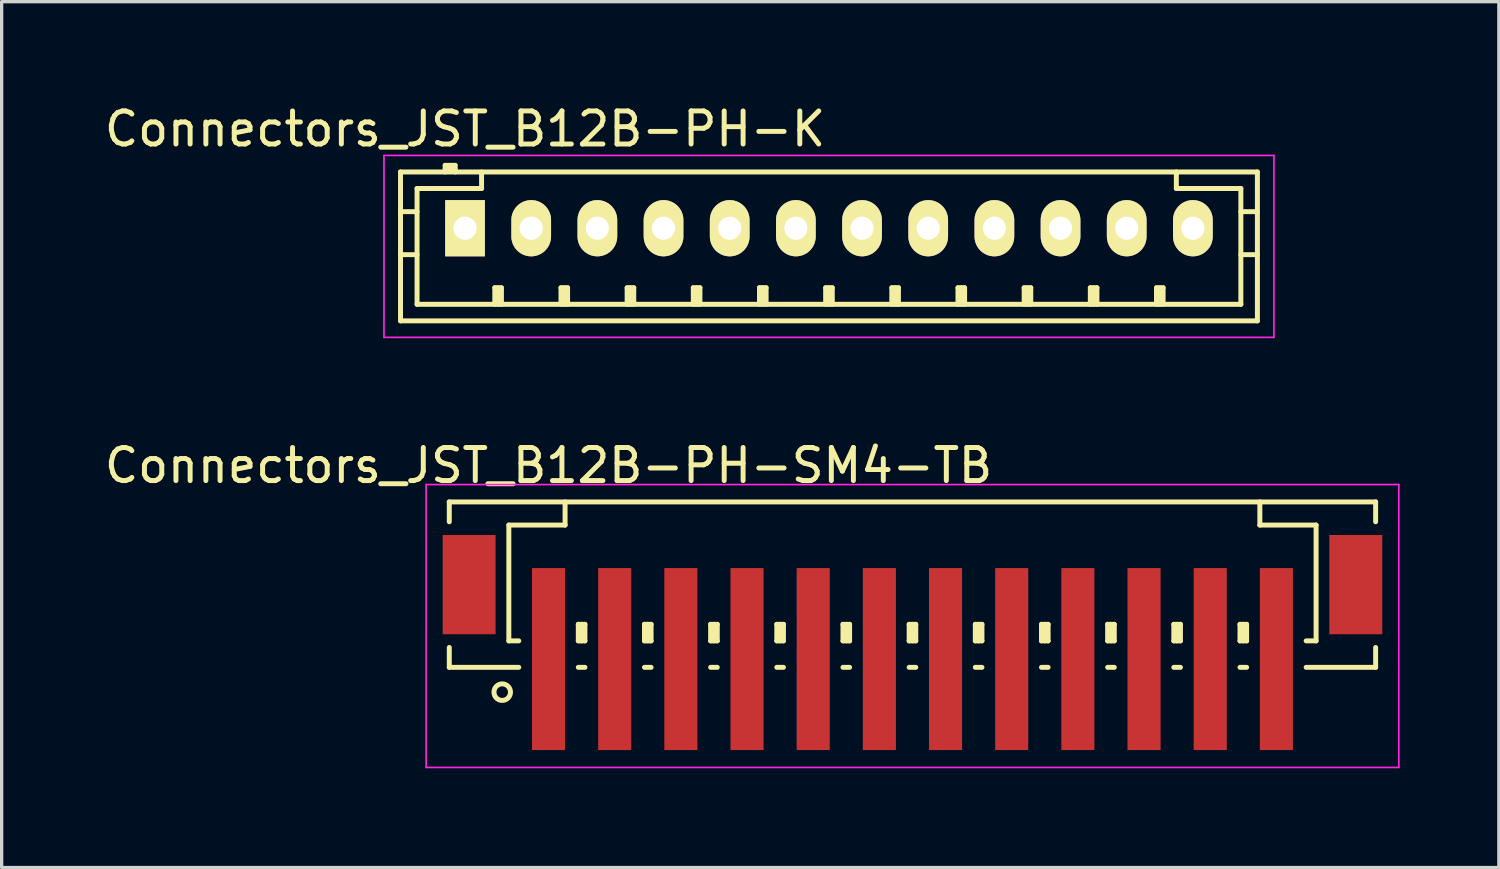
<source format=kicad_pcb>
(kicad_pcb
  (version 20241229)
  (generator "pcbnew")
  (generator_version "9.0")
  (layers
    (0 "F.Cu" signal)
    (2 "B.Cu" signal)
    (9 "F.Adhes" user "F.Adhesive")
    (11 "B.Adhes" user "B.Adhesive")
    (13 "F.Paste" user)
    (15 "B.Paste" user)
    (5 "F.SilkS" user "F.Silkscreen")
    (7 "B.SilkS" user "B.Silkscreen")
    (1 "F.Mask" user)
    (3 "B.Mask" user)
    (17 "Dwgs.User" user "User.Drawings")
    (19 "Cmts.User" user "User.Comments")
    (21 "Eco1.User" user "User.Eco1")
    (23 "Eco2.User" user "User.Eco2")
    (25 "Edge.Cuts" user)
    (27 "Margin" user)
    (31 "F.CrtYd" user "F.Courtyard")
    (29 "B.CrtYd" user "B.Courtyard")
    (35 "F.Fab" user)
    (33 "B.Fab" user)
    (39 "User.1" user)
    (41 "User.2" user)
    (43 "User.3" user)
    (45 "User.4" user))
  (footprint "Connectors_JST_B12B-PH-K"
    (layer "F.Cu")
    (at 11.006 3.848)
    (property "Reference" "Connectors_JST_B12B-PH-K" (at 0 -3 0) (layer "F.SilkS") (effects (font (size 1 1) (thickness 0.15))))
    (attr through_hole)
    (fp_line (start -1.95 -1.7) (end 23.95 -1.7) (stroke (width 0.15) (type solid)) (layer "F.SilkS"))
    (fp_line (start -1.95 -0.5) (end -1.45 -0.5) (stroke (width 0.15) (type solid)) (layer "F.SilkS"))
    (fp_line (start -1.95 0.8) (end -1.45 0.8) (stroke (width 0.15) (type solid)) (layer "F.SilkS"))
    (fp_line (start -1.95 2.8) (end -1.95 -1.7) (stroke (width 0.15) (type solid)) (layer "F.SilkS"))
    (fp_line (start -1.45 -1.2) (end -1.45 2.3) (stroke (width 0.15) (type solid)) (layer "F.SilkS"))
    (fp_line (start -1.45 2.3) (end 23.45 2.3) (stroke (width 0.15) (type solid)) (layer "F.SilkS"))
    (fp_line (start -0.6 -1.9) (end -0.6 -1.7) (stroke (width 0.15) (type solid)) (layer "F.SilkS"))
    (fp_line (start -0.3 -1.9) (end -0.6 -1.9) (stroke (width 0.15) (type solid)) (layer "F.SilkS"))
    (fp_line (start -0.3 -1.8) (end -0.6 -1.8) (stroke (width 0.15) (type solid)) (layer "F.SilkS"))
    (fp_line (start -0.3 -1.7) (end -0.3 -1.9) (stroke (width 0.15) (type solid)) (layer "F.SilkS"))
    (fp_line (start 0.5 -1.7) (end 0.5 -1.2) (stroke (width 0.15) (type solid)) (layer "F.SilkS"))
    (fp_line (start 0.5 -1.2) (end -1.45 -1.2) (stroke (width 0.15) (type solid)) (layer "F.SilkS"))
    (fp_line (start 0.9 1.8) (end 1.1 1.8) (stroke (width 0.15) (type solid)) (layer "F.SilkS"))
    (fp_line (start 0.9 2.3) (end 0.9 1.8) (stroke (width 0.15) (type solid)) (layer "F.SilkS"))
    (fp_line (start 1 2.3) (end 1 1.8) (stroke (width 0.15) (type solid)) (layer "F.SilkS"))
    (fp_line (start 1.1 1.8) (end 1.1 2.3) (stroke (width 0.15) (type solid)) (layer "F.SilkS"))
    (fp_line (start 2.9 1.8) (end 3.1 1.8) (stroke (width 0.15) (type solid)) (layer "F.SilkS"))
    (fp_line (start 2.9 2.3) (end 2.9 1.8) (stroke (width 0.15) (type solid)) (layer "F.SilkS"))
    (fp_line (start 3 2.3) (end 3 1.8) (stroke (width 0.15) (type solid)) (layer "F.SilkS"))
    (fp_line (start 3.1 1.8) (end 3.1 2.3) (stroke (width 0.15) (type solid)) (layer "F.SilkS"))
    (fp_line (start 4.9 1.8) (end 5.1 1.8) (stroke (width 0.15) (type solid)) (layer "F.SilkS"))
    (fp_line (start 4.9 2.3) (end 4.9 1.8) (stroke (width 0.15) (type solid)) (layer "F.SilkS"))
    (fp_line (start 5 2.3) (end 5 1.8) (stroke (width 0.15) (type solid)) (layer "F.SilkS"))
    (fp_line (start 5.1 1.8) (end 5.1 2.3) (stroke (width 0.15) (type solid)) (layer "F.SilkS"))
    (fp_line (start 6.9 1.8) (end 7.1 1.8) (stroke (width 0.15) (type solid)) (layer "F.SilkS"))
    (fp_line (start 6.9 2.3) (end 6.9 1.8) (stroke (width 0.15) (type solid)) (layer "F.SilkS"))
    (fp_line (start 7 2.3) (end 7 1.8) (stroke (width 0.15) (type solid)) (layer "F.SilkS"))
    (fp_line (start 7.1 1.8) (end 7.1 2.3) (stroke (width 0.15) (type solid)) (layer "F.SilkS"))
    (fp_line (start 8.9 1.8) (end 9.1 1.8) (stroke (width 0.15) (type solid)) (layer "F.SilkS"))
    (fp_line (start 8.9 2.3) (end 8.9 1.8) (stroke (width 0.15) (type solid)) (layer "F.SilkS"))
    (fp_line (start 9 2.3) (end 9 1.8) (stroke (width 0.15) (type solid)) (layer "F.SilkS"))
    (fp_line (start 9.1 1.8) (end 9.1 2.3) (stroke (width 0.15) (type solid)) (layer "F.SilkS"))
    (fp_line (start 10.9 1.8) (end 11.1 1.8) (stroke (width 0.15) (type solid)) (layer "F.SilkS"))
    (fp_line (start 10.9 2.3) (end 10.9 1.8) (stroke (width 0.15) (type solid)) (layer "F.SilkS"))
    (fp_line (start 11 2.3) (end 11 1.8) (stroke (width 0.15) (type solid)) (layer "F.SilkS"))
    (fp_line (start 11.1 1.8) (end 11.1 2.3) (stroke (width 0.15) (type solid)) (layer "F.SilkS"))
    (fp_line (start 12.9 1.8) (end 13.1 1.8) (stroke (width 0.15) (type solid)) (layer "F.SilkS"))
    (fp_line (start 12.9 2.3) (end 12.9 1.8) (stroke (width 0.15) (type solid)) (layer "F.SilkS"))
    (fp_line (start 13 2.3) (end 13 1.8) (stroke (width 0.15) (type solid)) (layer "F.SilkS"))
    (fp_line (start 13.1 1.8) (end 13.1 2.3) (stroke (width 0.15) (type solid)) (layer "F.SilkS"))
    (fp_line (start 14.9 1.8) (end 15.1 1.8) (stroke (width 0.15) (type solid)) (layer "F.SilkS"))
    (fp_line (start 14.9 2.3) (end 14.9 1.8) (stroke (width 0.15) (type solid)) (layer "F.SilkS"))
    (fp_line (start 15 2.3) (end 15 1.8) (stroke (width 0.15) (type solid)) (layer "F.SilkS"))
    (fp_line (start 15.1 1.8) (end 15.1 2.3) (stroke (width 0.15) (type solid)) (layer "F.SilkS"))
    (fp_line (start 16.9 1.8) (end 17.1 1.8) (stroke (width 0.15) (type solid)) (layer "F.SilkS"))
    (fp_line (start 16.9 2.3) (end 16.9 1.8) (stroke (width 0.15) (type solid)) (layer "F.SilkS"))
    (fp_line (start 17 2.3) (end 17 1.8) (stroke (width 0.15) (type solid)) (layer "F.SilkS"))
    (fp_line (start 17.1 1.8) (end 17.1 2.3) (stroke (width 0.15) (type solid)) (layer "F.SilkS"))
    (fp_line (start 18.9 1.8) (end 19.1 1.8) (stroke (width 0.15) (type solid)) (layer "F.SilkS"))
    (fp_line (start 18.9 2.3) (end 18.9 1.8) (stroke (width 0.15) (type solid)) (layer "F.SilkS"))
    (fp_line (start 19 2.3) (end 19 1.8) (stroke (width 0.15) (type solid)) (layer "F.SilkS"))
    (fp_line (start 19.1 1.8) (end 19.1 2.3) (stroke (width 0.15) (type solid)) (layer "F.SilkS"))
    (fp_line (start 20.9 1.8) (end 21.1 1.8) (stroke (width 0.15) (type solid)) (layer "F.SilkS"))
    (fp_line (start 20.9 2.3) (end 20.9 1.8) (stroke (width 0.15) (type solid)) (layer "F.SilkS"))
    (fp_line (start 21 2.3) (end 21 1.8) (stroke (width 0.15) (type solid)) (layer "F.SilkS"))
    (fp_line (start 21.1 1.8) (end 21.1 2.3) (stroke (width 0.15) (type solid)) (layer "F.SilkS"))
    (fp_line (start 21.5 -1.2) (end 21.5 -1.7) (stroke (width 0.15) (type solid)) (layer "F.SilkS"))
    (fp_line (start 23.45 -1.2) (end 21.5 -1.2) (stroke (width 0.15) (type solid)) (layer "F.SilkS"))
    (fp_line (start 23.45 -0.5) (end 23.95 -0.5) (stroke (width 0.15) (type solid)) (layer "F.SilkS"))
    (fp_line (start 23.45 0.8) (end 23.95 0.8) (stroke (width 0.15) (type solid)) (layer "F.SilkS"))
    (fp_line (start 23.45 2.3) (end 23.45 -1.2) (stroke (width 0.15) (type solid)) (layer "F.SilkS"))
    (fp_line (start 23.95 -1.7) (end 23.95 2.8) (stroke (width 0.15) (type solid)) (layer "F.SilkS"))
    (fp_line (start 23.95 2.8) (end -1.95 2.8) (stroke (width 0.15) (type solid)) (layer "F.SilkS"))
    (fp_line (start -2.45 -2.2) (end 24.45 -2.2) (stroke (width 0.05) (type solid)) (layer "F.CrtYd"))
    (fp_line (start -2.45 3.3) (end -2.45 -2.2) (stroke (width 0.05) (type solid)) (layer "F.CrtYd"))
    (fp_line (start 24.45 -2.2) (end 24.45 3.3) (stroke (width 0.05) (type solid)) (layer "F.CrtYd"))
    (fp_line (start 24.45 3.3) (end -2.45 3.3) (stroke (width 0.05) (type solid)) (layer "F.CrtYd"))
    (pad "1" thru_hole rect (at 0 0) (size 1.2 1.7) (drill 0.7) (layers "*.Cu" "*.Mask" "F.SilkS"))
    (pad "2" thru_hole oval (at 2 0) (size 1.2 1.7) (drill 0.7) (layers "*.Cu" "*.Mask" "F.SilkS"))
    (pad "3" thru_hole oval (at 4 0) (size 1.2 1.7) (drill 0.7) (layers "*.Cu" "*.Mask" "F.SilkS"))
    (pad "4" thru_hole oval (at 6 0) (size 1.2 1.7) (drill 0.7) (layers "*.Cu" "*.Mask" "F.SilkS"))
    (pad "5" thru_hole oval (at 8 0) (size 1.2 1.7) (drill 0.7) (layers "*.Cu" "*.Mask" "F.SilkS"))
    (pad "6" thru_hole oval (at 10 0) (size 1.2 1.7) (drill 0.7) (layers "*.Cu" "*.Mask" "F.SilkS"))
    (pad "7" thru_hole oval (at 12 0) (size 1.2 1.7) (drill 0.7) (layers "*.Cu" "*.Mask" "F.SilkS"))
    (pad "8" thru_hole oval (at 14 0) (size 1.2 1.7) (drill 0.7) (layers "*.Cu" "*.Mask" "F.SilkS"))
    (pad "9" thru_hole oval (at 16 0) (size 1.2 1.7) (drill 0.7) (layers "*.Cu" "*.Mask" "F.SilkS"))
    (pad "10" thru_hole oval (at 18 0) (size 1.2 1.7) (drill 0.7) (layers "*.Cu" "*.Mask" "F.SilkS"))
    (pad "11" thru_hole oval (at 20 0) (size 1.2 1.7) (drill 0.7) (layers "*.Cu" "*.Mask" "F.SilkS"))
    (pad "12" thru_hole oval (at 22 0) (size 1.2 1.7) (drill 0.7) (layers "*.Cu" "*.Mask" "F.SilkS")))
  (footprint "Connectors_JST_B12B-PH-SM4-TB"
    (layer "F.Cu")
    (at 24.53 15.746)
    (property "Reference" "Connectors_JST_B12B-PH-SM4-TB" (at -11 -4.725 0) (layer "F.SilkS") (effects (font (size 1 1) (thickness 0.15))))
    (attr smd)
    (fp_line (start -14 -3.625) (end 14 -3.625) (stroke (width 0.15) (type solid)) (layer "F.SilkS"))
    (fp_line (start -14 -3.025) (end -14 -3.625) (stroke (width 0.15) (type solid)) (layer "F.SilkS"))
    (fp_line (start -14 0.775) (end -14 1.375) (stroke (width 0.15) (type solid)) (layer "F.SilkS"))
    (fp_line (start -14 1.375) (end -11.9 1.375) (stroke (width 0.15) (type solid)) (layer "F.SilkS"))
    (fp_line (start -12.2 -2.925) (end -12.2 0.575) (stroke (width 0.15) (type solid)) (layer "F.SilkS"))
    (fp_line (start -12.2 0.575) (end -11.9 0.575) (stroke (width 0.15) (type solid)) (layer "F.SilkS"))
    (fp_line (start -10.5 -3.625) (end -10.5 -2.925) (stroke (width 0.15) (type solid)) (layer "F.SilkS"))
    (fp_line (start -10.5 -2.925) (end -12.2 -2.925) (stroke (width 0.15) (type solid)) (layer "F.SilkS"))
    (fp_line (start -10.1 0.075) (end -9.9 0.075) (stroke (width 0.15) (type solid)) (layer "F.SilkS"))
    (fp_line (start -10.1 0.575) (end -10.1 0.075) (stroke (width 0.15) (type solid)) (layer "F.SilkS"))
    (fp_line (start -10.1 0.575) (end -9.9 0.575) (stroke (width 0.15) (type solid)) (layer "F.SilkS"))
    (fp_line (start -10.1 1.375) (end -9.9 1.375) (stroke (width 0.15) (type solid)) (layer "F.SilkS"))
    (fp_line (start -10 0.575) (end -10 0.075) (stroke (width 0.15) (type solid)) (layer "F.SilkS"))
    (fp_line (start -9.9 0.075) (end -9.9 0.575) (stroke (width 0.15) (type solid)) (layer "F.SilkS"))
    (fp_line (start -8.1 0.075) (end -7.9 0.075) (stroke (width 0.15) (type solid)) (layer "F.SilkS"))
    (fp_line (start -8.1 0.575) (end -8.1 0.075) (stroke (width 0.15) (type solid)) (layer "F.SilkS"))
    (fp_line (start -8.1 0.575) (end -7.9 0.575) (stroke (width 0.15) (type solid)) (layer "F.SilkS"))
    (fp_line (start -8.1 1.375) (end -7.9 1.375) (stroke (width 0.15) (type solid)) (layer "F.SilkS"))
    (fp_line (start -8 0.575) (end -8 0.075) (stroke (width 0.15) (type solid)) (layer "F.SilkS"))
    (fp_line (start -7.9 0.075) (end -7.9 0.575) (stroke (width 0.15) (type solid)) (layer "F.SilkS"))
    (fp_line (start -6.1 0.075) (end -5.9 0.075) (stroke (width 0.15) (type solid)) (layer "F.SilkS"))
    (fp_line (start -6.1 0.575) (end -6.1 0.075) (stroke (width 0.15) (type solid)) (layer "F.SilkS"))
    (fp_line (start -6.1 0.575) (end -5.9 0.575) (stroke (width 0.15) (type solid)) (layer "F.SilkS"))
    (fp_line (start -6.1 1.375) (end -5.9 1.375) (stroke (width 0.15) (type solid)) (layer "F.SilkS"))
    (fp_line (start -6 0.575) (end -6 0.075) (stroke (width 0.15) (type solid)) (layer "F.SilkS"))
    (fp_line (start -5.9 0.075) (end -5.9 0.575) (stroke (width 0.15) (type solid)) (layer "F.SilkS"))
    (fp_line (start -4.1 0.075) (end -3.9 0.075) (stroke (width 0.15) (type solid)) (layer "F.SilkS"))
    (fp_line (start -4.1 0.575) (end -4.1 0.075) (stroke (width 0.15) (type solid)) (layer "F.SilkS"))
    (fp_line (start -4.1 0.575) (end -3.9 0.575) (stroke (width 0.15) (type solid)) (layer "F.SilkS"))
    (fp_line (start -4.1 1.375) (end -3.9 1.375) (stroke (width 0.15) (type solid)) (layer "F.SilkS"))
    (fp_line (start -4 0.575) (end -4 0.075) (stroke (width 0.15) (type solid)) (layer "F.SilkS"))
    (fp_line (start -3.9 0.075) (end -3.9 0.575) (stroke (width 0.15) (type solid)) (layer "F.SilkS"))
    (fp_line (start -2.1 0.075) (end -1.9 0.075) (stroke (width 0.15) (type solid)) (layer "F.SilkS"))
    (fp_line (start -2.1 0.575) (end -2.1 0.075) (stroke (width 0.15) (type solid)) (layer "F.SilkS"))
    (fp_line (start -2.1 0.575) (end -1.9 0.575) (stroke (width 0.15) (type solid)) (layer "F.SilkS"))
    (fp_line (start -2.1 1.375) (end -1.9 1.375) (stroke (width 0.15) (type solid)) (layer "F.SilkS"))
    (fp_line (start -2 0.575) (end -2 0.075) (stroke (width 0.15) (type solid)) (layer "F.SilkS"))
    (fp_line (start -1.9 0.075) (end -1.9 0.575) (stroke (width 0.15) (type solid)) (layer "F.SilkS"))
    (fp_line (start -0.1 0.075) (end 0.1 0.075) (stroke (width 0.15) (type solid)) (layer "F.SilkS"))
    (fp_line (start -0.1 0.575) (end -0.1 0.075) (stroke (width 0.15) (type solid)) (layer "F.SilkS"))
    (fp_line (start -0.1 0.575) (end 0.1 0.575) (stroke (width 0.15) (type solid)) (layer "F.SilkS"))
    (fp_line (start -0.1 1.375) (end 0.1 1.375) (stroke (width 0.15) (type solid)) (layer "F.SilkS"))
    (fp_line (start 0 0.575) (end 0 0.075) (stroke (width 0.15) (type solid)) (layer "F.SilkS"))
    (fp_line (start 0.1 0.075) (end 0.1 0.575) (stroke (width 0.15) (type solid)) (layer "F.SilkS"))
    (fp_line (start 1.9 0.075) (end 2.1 0.075) (stroke (width 0.15) (type solid)) (layer "F.SilkS"))
    (fp_line (start 1.9 0.575) (end 1.9 0.075) (stroke (width 0.15) (type solid)) (layer "F.SilkS"))
    (fp_line (start 1.9 0.575) (end 2.1 0.575) (stroke (width 0.15) (type solid)) (layer "F.SilkS"))
    (fp_line (start 1.9 1.375) (end 2.1 1.375) (stroke (width 0.15) (type solid)) (layer "F.SilkS"))
    (fp_line (start 2 0.575) (end 2 0.075) (stroke (width 0.15) (type solid)) (layer "F.SilkS"))
    (fp_line (start 2.1 0.075) (end 2.1 0.575) (stroke (width 0.15) (type solid)) (layer "F.SilkS"))
    (fp_line (start 3.9 0.075) (end 4.1 0.075) (stroke (width 0.15) (type solid)) (layer "F.SilkS"))
    (fp_line (start 3.9 0.575) (end 3.9 0.075) (stroke (width 0.15) (type solid)) (layer "F.SilkS"))
    (fp_line (start 3.9 0.575) (end 4.1 0.575) (stroke (width 0.15) (type solid)) (layer "F.SilkS"))
    (fp_line (start 3.9 1.375) (end 4.1 1.375) (stroke (width 0.15) (type solid)) (layer "F.SilkS"))
    (fp_line (start 4 0.575) (end 4 0.075) (stroke (width 0.15) (type solid)) (layer "F.SilkS"))
    (fp_line (start 4.1 0.075) (end 4.1 0.575) (stroke (width 0.15) (type solid)) (layer "F.SilkS"))
    (fp_line (start 5.9 0.075) (end 6.1 0.075) (stroke (width 0.15) (type solid)) (layer "F.SilkS"))
    (fp_line (start 5.9 0.575) (end 5.9 0.075) (stroke (width 0.15) (type solid)) (layer "F.SilkS"))
    (fp_line (start 5.9 0.575) (end 6.1 0.575) (stroke (width 0.15) (type solid)) (layer "F.SilkS"))
    (fp_line (start 5.9 1.375) (end 6.1 1.375) (stroke (width 0.15) (type solid)) (layer "F.SilkS"))
    (fp_line (start 6 0.575) (end 6 0.075) (stroke (width 0.15) (type solid)) (layer "F.SilkS"))
    (fp_line (start 6.1 0.075) (end 6.1 0.575) (stroke (width 0.15) (type solid)) (layer "F.SilkS"))
    (fp_line (start 7.9 0.075) (end 8.1 0.075) (stroke (width 0.15) (type solid)) (layer "F.SilkS"))
    (fp_line (start 7.9 0.575) (end 7.9 0.075) (stroke (width 0.15) (type solid)) (layer "F.SilkS"))
    (fp_line (start 7.9 0.575) (end 8.1 0.575) (stroke (width 0.15) (type solid)) (layer "F.SilkS"))
    (fp_line (start 7.9 1.375) (end 8.1 1.375) (stroke (width 0.15) (type solid)) (layer "F.SilkS"))
    (fp_line (start 8 0.575) (end 8 0.075) (stroke (width 0.15) (type solid)) (layer "F.SilkS"))
    (fp_line (start 8.1 0.075) (end 8.1 0.575) (stroke (width 0.15) (type solid)) (layer "F.SilkS"))
    (fp_line (start 9.9 0.075) (end 10.1 0.075) (stroke (width 0.15) (type solid)) (layer "F.SilkS"))
    (fp_line (start 9.9 0.575) (end 9.9 0.075) (stroke (width 0.15) (type solid)) (layer "F.SilkS"))
    (fp_line (start 9.9 0.575) (end 10.1 0.575) (stroke (width 0.15) (type solid)) (layer "F.SilkS"))
    (fp_line (start 9.9 1.375) (end 10.1 1.375) (stroke (width 0.15) (type solid)) (layer "F.SilkS"))
    (fp_line (start 10 0.575) (end 10 0.075) (stroke (width 0.15) (type solid)) (layer "F.SilkS"))
    (fp_line (start 10.1 0.075) (end 10.1 0.575) (stroke (width 0.15) (type solid)) (layer "F.SilkS"))
    (fp_line (start 10.5 -3.625) (end 10.5 -2.925) (stroke (width 0.15) (type solid)) (layer "F.SilkS"))
    (fp_line (start 10.5 -2.925) (end 12.2 -2.925) (stroke (width 0.15) (type solid)) (layer "F.SilkS"))
    (fp_line (start 12.2 -2.925) (end 12.2 0.575) (stroke (width 0.15) (type solid)) (layer "F.SilkS"))
    (fp_line (start 12.2 0.575) (end 11.9 0.575) (stroke (width 0.15) (type solid)) (layer "F.SilkS"))
    (fp_line (start 14 -3.625) (end 14 -3.025) (stroke (width 0.15) (type solid)) (layer "F.SilkS"))
    (fp_line (start 14 0.775) (end 14 1.375) (stroke (width 0.15) (type solid)) (layer "F.SilkS"))
    (fp_line (start 14 1.375) (end 11.9 1.375) (stroke (width 0.15) (type solid)) (layer "F.SilkS"))
    (fp_circle (center -12.4 2.125) (end -12.15 2.125) (stroke (width 0.15) (type solid)) (fill no) (layer "F.SilkS"))
    (fp_line (start -14.7 -4.15) (end 14.7 -4.15) (stroke (width 0.05) (type solid)) (layer "F.CrtYd"))
    (fp_line (start -14.7 4.4) (end -14.7 -4.15) (stroke (width 0.05) (type solid)) (layer "F.CrtYd"))
    (fp_line (start 14.7 -4.15) (end 14.7 4.4) (stroke (width 0.05) (type solid)) (layer "F.CrtYd"))
    (fp_line (start 14.7 4.4) (end -14.7 4.4) (stroke (width 0.05) (type solid)) (layer "F.CrtYd"))
    (pad "" smd rect (at -13.4 -1.125) (size 1.6 3) (layers "F.Cu" "F.Mask" "F.Paste"))
    (pad "" smd rect (at 13.4 -1.125) (size 1.6 3) (layers "F.Cu" "F.Mask" "F.Paste"))
    (pad "1" smd rect (at -11 1.125) (size 1 5.5) (layers "F.Cu" "F.Mask" "F.Paste"))
    (pad "2" smd rect (at -9 1.125) (size 1 5.5) (layers "F.Cu" "F.Mask" "F.Paste"))
    (pad "3" smd rect (at -7 1.125) (size 1 5.5) (layers "F.Cu" "F.Mask" "F.Paste"))
    (pad "4" smd rect (at -5 1.125) (size 1 5.5) (layers "F.Cu" "F.Mask" "F.Paste"))
    (pad "5" smd rect (at -3 1.125) (size 1 5.5) (layers "F.Cu" "F.Mask" "F.Paste"))
    (pad "6" smd rect (at -1 1.125) (size 1 5.5) (layers "F.Cu" "F.Mask" "F.Paste"))
    (pad "7" smd rect (at 1 1.125) (size 1 5.5) (layers "F.Cu" "F.Mask" "F.Paste"))
    (pad "8" smd rect (at 3 1.125) (size 1 5.5) (layers "F.Cu" "F.Mask" "F.Paste"))
    (pad "9" smd rect (at 5 1.125) (size 1 5.5) (layers "F.Cu" "F.Mask" "F.Paste"))
    (pad "10" smd rect (at 7 1.125) (size 1 5.5) (layers "F.Cu" "F.Mask" "F.Paste"))
    (pad "11" smd rect (at 9 1.125) (size 1 5.5) (layers "F.Cu" "F.Mask" "F.Paste"))
    (pad "12" smd rect (at 11 1.125) (size 1 5.5) (layers "F.Cu" "F.Mask" "F.Paste")))
  (gr_rect
    (start -3 -3)
    (end 42.255 23.172)
    (stroke (width 0.1) (type default))
    (fill no)
    (layer "Edge.Cuts")))
</source>
